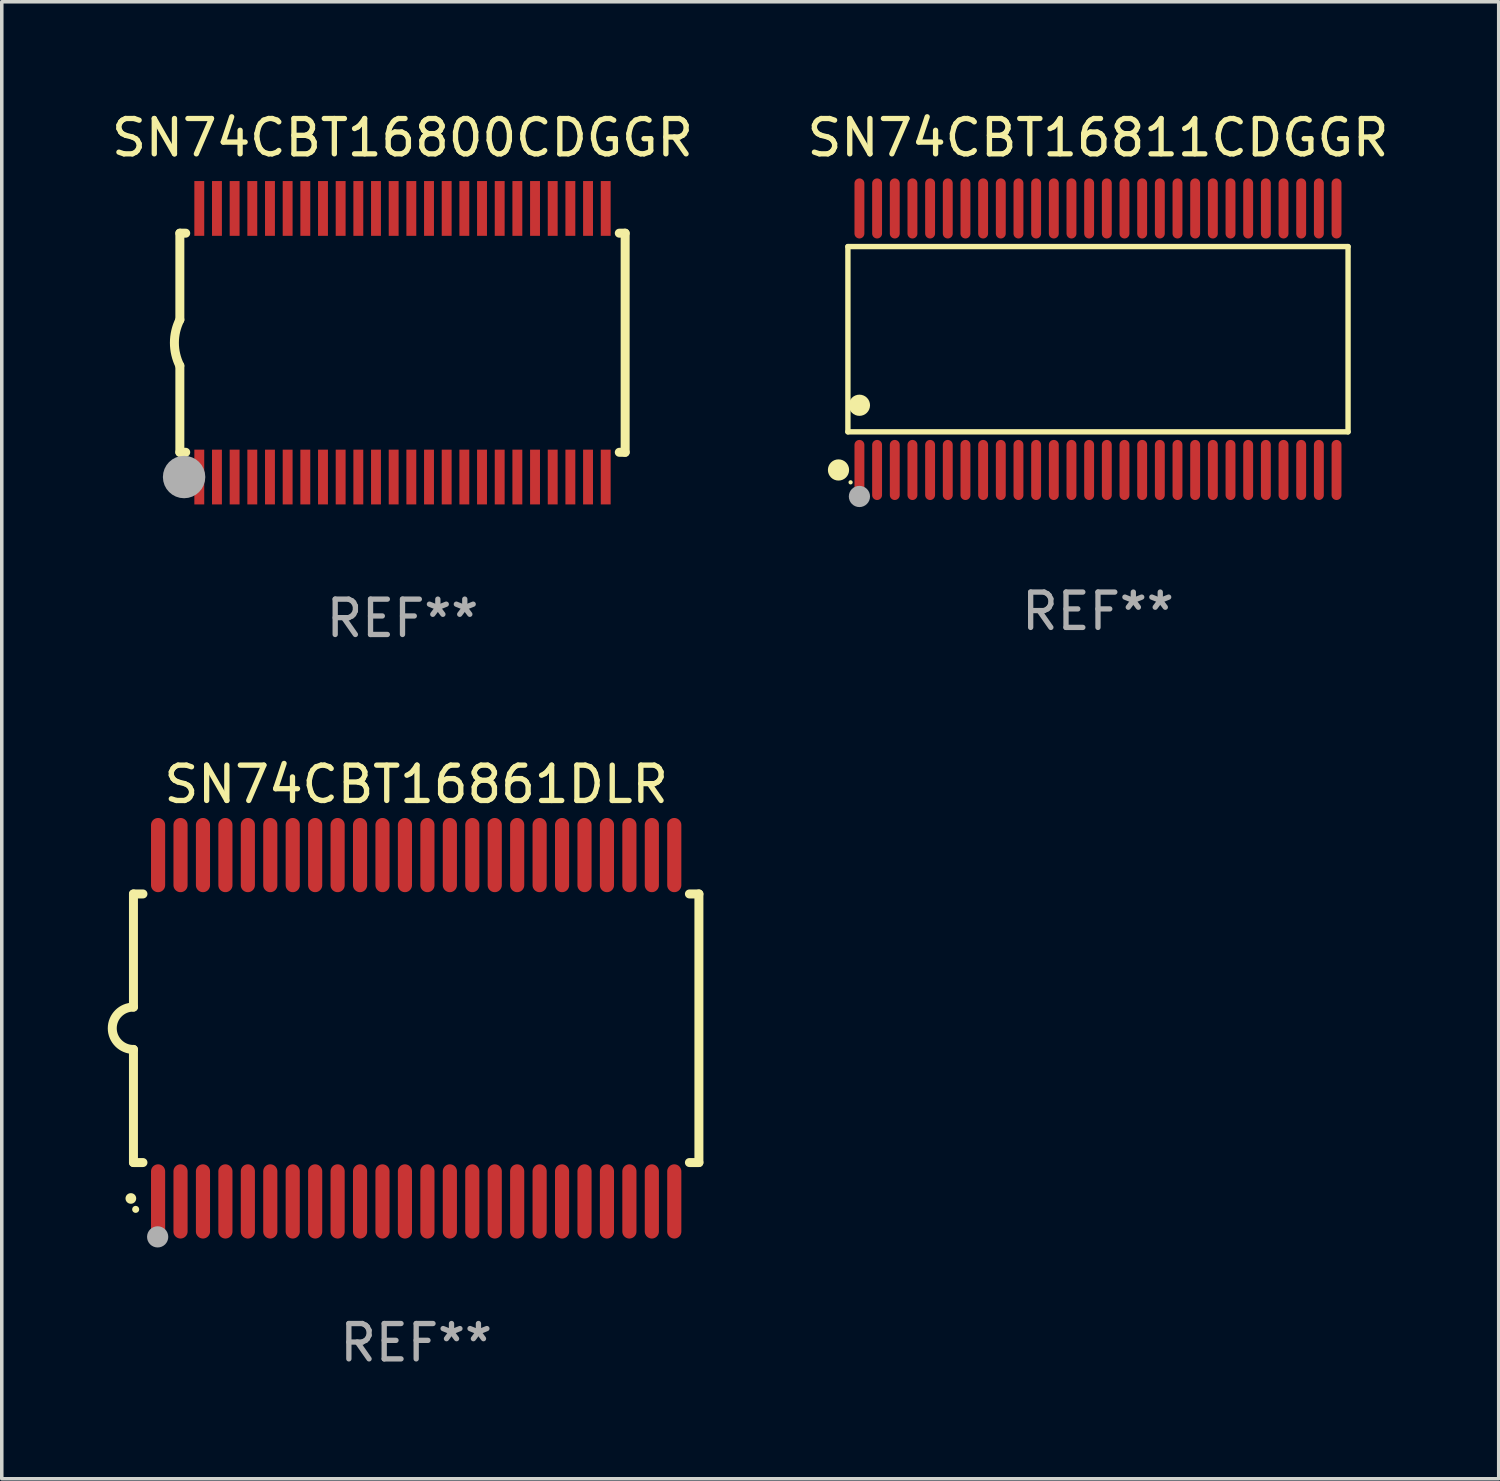
<source format=kicad_pcb>
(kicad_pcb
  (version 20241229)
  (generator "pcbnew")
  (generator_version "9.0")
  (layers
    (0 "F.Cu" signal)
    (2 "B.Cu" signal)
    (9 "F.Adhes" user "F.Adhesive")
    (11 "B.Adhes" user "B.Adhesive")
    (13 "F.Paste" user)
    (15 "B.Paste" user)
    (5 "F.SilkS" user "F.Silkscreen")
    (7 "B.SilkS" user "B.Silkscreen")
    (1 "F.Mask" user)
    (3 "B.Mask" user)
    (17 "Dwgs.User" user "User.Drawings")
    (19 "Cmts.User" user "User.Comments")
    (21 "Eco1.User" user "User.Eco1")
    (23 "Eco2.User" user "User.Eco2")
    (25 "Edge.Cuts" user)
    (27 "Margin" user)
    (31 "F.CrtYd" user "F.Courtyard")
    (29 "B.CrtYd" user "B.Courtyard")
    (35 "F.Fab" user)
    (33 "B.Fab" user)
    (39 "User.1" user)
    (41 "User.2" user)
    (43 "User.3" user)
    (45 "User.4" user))
  (footprint "SN74CBT16800CDGGR"
    (layer "F.Cu")
    (at 8.339 6.648)
    (property "Reference" "SN74CBT16800CDGGR" (at 0 -5.8 0) (layer "F.SilkS") (effects (font (size 1 1) (thickness 0.15))))
    (attr through_hole)
    (fp_line (start -6.3 -3.1) (end -6.3 -0.65) (stroke (width 0.254) (type solid)) (layer "F.SilkS"))
    (fp_line (start -6.3 -3.1) (end -6.134 -3.1) (stroke (width 0.254) (type solid)) (layer "F.SilkS"))
    (fp_line (start -6.3 3.1) (end -6.3 0.65) (stroke (width 0.254) (type solid)) (layer "F.SilkS"))
    (fp_line (start -6.3 3.1) (end -6.134 3.1) (stroke (width 0.254) (type solid)) (layer "F.SilkS"))
    (fp_line (start 6.134 -3.1) (end 6.3 -3.1) (stroke (width 0.254) (type solid)) (layer "F.SilkS"))
    (fp_line (start 6.134 3.1) (end 6.3 3.1) (stroke (width 0.254) (type solid)) (layer "F.SilkS"))
    (fp_line (start 6.3 -3.1) (end 6.3 3.1) (stroke (width 0.254) (type solid)) (layer "F.SilkS"))
    (fp_arc (start -6.301016 0.650114) (mid -6.45413 -0.000082) (end -6.3 -0.650038) (stroke (width 0.254001) (type solid)) (layer "F.SilkS"))
    (fp_circle (center -6.35 3.81) (end -6.223 3.81) (stroke (width 0.254) (type solid)) (fill no) (layer "F.SilkS"))
    (fp_circle (center -6.25 4.05) (end -6.22 4.05) (stroke (width 0.06) (type solid)) (fill no) (layer "F.SilkS"))
    (fp_circle (center -6.18 3.8) (end -5.88 3.8) (stroke (width 0.6) (type solid)) (fill no) (layer "F.Fab"))
    (fp_text user "REF**" (at 0 7.8 0) (layer "F.Fab") (effects (font (size 1 1) (thickness 0.15))))
    (pad "1" smd rect (at -5.75 3.8) (size 0.28 1.55) (layers "F.Cu" "F.Mask" "F.Paste"))
    (pad "2" smd rect (at -5.25 3.8) (size 0.28 1.55) (layers "F.Cu" "F.Mask" "F.Paste"))
    (pad "3" smd rect (at -4.75 3.8) (size 0.28 1.55) (layers "F.Cu" "F.Mask" "F.Paste"))
    (pad "4" smd rect (at -4.25 3.8) (size 0.28 1.55) (layers "F.Cu" "F.Mask" "F.Paste"))
    (pad "5" smd rect (at -3.75 3.8) (size 0.28 1.55) (layers "F.Cu" "F.Mask" "F.Paste"))
    (pad "6" smd rect (at -3.25 3.8) (size 0.28 1.55) (layers "F.Cu" "F.Mask" "F.Paste"))
    (pad "7" smd rect (at -2.75 3.8) (size 0.28 1.55) (layers "F.Cu" "F.Mask" "F.Paste"))
    (pad "8" smd rect (at -2.25 3.8) (size 0.28 1.55) (layers "F.Cu" "F.Mask" "F.Paste"))
    (pad "9" smd rect (at -1.75 3.8) (size 0.28 1.55) (layers "F.Cu" "F.Mask" "F.Paste"))
    (pad "10" smd rect (at -1.25 3.8) (size 0.28 1.55) (layers "F.Cu" "F.Mask" "F.Paste"))
    (pad "11" smd rect (at -0.75 3.8) (size 0.28 1.55) (layers "F.Cu" "F.Mask" "F.Paste"))
    (pad "12" smd rect (at -0.25 3.8) (size 0.28 1.55) (layers "F.Cu" "F.Mask" "F.Paste"))
    (pad "13" smd rect (at 0.25 3.8) (size 0.28 1.55) (layers "F.Cu" "F.Mask" "F.Paste"))
    (pad "14" smd rect (at 0.75 3.8) (size 0.28 1.55) (layers "F.Cu" "F.Mask" "F.Paste"))
    (pad "15" smd rect (at 1.25 3.8) (size 0.28 1.55) (layers "F.Cu" "F.Mask" "F.Paste"))
    (pad "16" smd rect (at 1.75 3.8) (size 0.28 1.55) (layers "F.Cu" "F.Mask" "F.Paste"))
    (pad "17" smd rect (at 2.25 3.8) (size 0.28 1.55) (layers "F.Cu" "F.Mask" "F.Paste"))
    (pad "18" smd rect (at 2.75 3.8) (size 0.28 1.55) (layers "F.Cu" "F.Mask" "F.Paste"))
    (pad "19" smd rect (at 3.25 3.8) (size 0.28 1.55) (layers "F.Cu" "F.Mask" "F.Paste"))
    (pad "20" smd rect (at 3.75 3.8) (size 0.28 1.55) (layers "F.Cu" "F.Mask" "F.Paste"))
    (pad "21" smd rect (at 4.25 3.8) (size 0.28 1.55) (layers "F.Cu" "F.Mask" "F.Paste"))
    (pad "22" smd rect (at 4.75 3.8) (size 0.28 1.55) (layers "F.Cu" "F.Mask" "F.Paste"))
    (pad "23" smd rect (at 5.25 3.8) (size 0.28 1.55) (layers "F.Cu" "F.Mask" "F.Paste"))
    (pad "24" smd rect (at 5.75 3.8) (size 0.28 1.55) (layers "F.Cu" "F.Mask" "F.Paste"))
    (pad "25" smd rect (at 5.75 -3.8) (size 0.28 1.55) (layers "F.Cu" "F.Mask" "F.Paste"))
    (pad "26" smd rect (at 5.25 -3.8) (size 0.28 1.55) (layers "F.Cu" "F.Mask" "F.Paste"))
    (pad "27" smd rect (at 4.75 -3.8) (size 0.28 1.55) (layers "F.Cu" "F.Mask" "F.Paste"))
    (pad "28" smd rect (at 4.25 -3.8) (size 0.28 1.55) (layers "F.Cu" "F.Mask" "F.Paste"))
    (pad "29" smd rect (at 3.75 -3.8) (size 0.28 1.55) (layers "F.Cu" "F.Mask" "F.Paste"))
    (pad "30" smd rect (at 3.25 -3.8) (size 0.28 1.55) (layers "F.Cu" "F.Mask" "F.Paste"))
    (pad "31" smd rect (at 2.75 -3.8) (size 0.28 1.55) (layers "F.Cu" "F.Mask" "F.Paste"))
    (pad "32" smd rect (at 2.25 -3.8) (size 0.28 1.55) (layers "F.Cu" "F.Mask" "F.Paste"))
    (pad "33" smd rect (at 1.75 -3.8) (size 0.28 1.55) (layers "F.Cu" "F.Mask" "F.Paste"))
    (pad "34" smd rect (at 1.25 -3.8) (size 0.28 1.55) (layers "F.Cu" "F.Mask" "F.Paste"))
    (pad "35" smd rect (at 0.75 -3.8) (size 0.28 1.55) (layers "F.Cu" "F.Mask" "F.Paste"))
    (pad "36" smd rect (at 0.25 -3.8) (size 0.28 1.55) (layers "F.Cu" "F.Mask" "F.Paste"))
    (pad "37" smd rect (at -0.25 -3.8) (size 0.28 1.55) (layers "F.Cu" "F.Mask" "F.Paste"))
    (pad "38" smd rect (at -0.75 -3.8) (size 0.28 1.55) (layers "F.Cu" "F.Mask" "F.Paste"))
    (pad "39" smd rect (at -1.25 -3.8) (size 0.28 1.55) (layers "F.Cu" "F.Mask" "F.Paste"))
    (pad "40" smd rect (at -1.75 -3.8) (size 0.28 1.55) (layers "F.Cu" "F.Mask" "F.Paste"))
    (pad "41" smd rect (at -2.25 -3.8) (size 0.28 1.55) (layers "F.Cu" "F.Mask" "F.Paste"))
    (pad "42" smd rect (at -2.75 -3.8) (size 0.28 1.55) (layers "F.Cu" "F.Mask" "F.Paste"))
    (pad "43" smd rect (at -3.25 -3.8) (size 0.28 1.55) (layers "F.Cu" "F.Mask" "F.Paste"))
    (pad "44" smd rect (at -3.75 -3.8) (size 0.28 1.55) (layers "F.Cu" "F.Mask" "F.Paste"))
    (pad "45" smd rect (at -4.25 -3.8) (size 0.28 1.55) (layers "F.Cu" "F.Mask" "F.Paste"))
    (pad "46" smd rect (at -4.75 -3.8) (size 0.28 1.55) (layers "F.Cu" "F.Mask" "F.Paste"))
    (pad "47" smd rect (at -5.25 -3.8) (size 0.28 1.55) (layers "F.Cu" "F.Mask" "F.Paste"))
    (pad "48" smd rect (at -5.75 -3.8) (size 0.28 1.55) (layers "F.Cu" "F.Mask" "F.Paste")))
  (footprint "SN74CBT16861DLR"
    (layer "F.Cu")
    (at 8.726 26.045)
    (property "Reference" "SN74CBT16861DLR" (at 0 -6.9 0) (layer "F.SilkS") (effects (font (size 1 1) (thickness 0.15))))
    (attr through_hole)
    (fp_line (start -8 -3.8) (end -8 -0.599) (stroke (width 0.254) (type solid)) (layer "F.SilkS"))
    (fp_line (start -8 -3.8) (end -7.731 -3.8) (stroke (width 0.254) (type solid)) (layer "F.SilkS"))
    (fp_line (start -8 3.8) (end -8 0.599) (stroke (width 0.254) (type solid)) (layer "F.SilkS"))
    (fp_line (start -7.731 3.8) (end -8 3.8) (stroke (width 0.254) (type solid)) (layer "F.SilkS"))
    (fp_line (start 7.731 -3.8) (end 8 -3.8) (stroke (width 0.254) (type solid)) (layer "F.SilkS"))
    (fp_line (start 8 -3.8) (end 8 3.8) (stroke (width 0.254) (type solid)) (layer "F.SilkS"))
    (fp_line (start 8 3.8) (end 7.731 3.8) (stroke (width 0.254) (type solid)) (layer "F.SilkS"))
    (fp_arc (start -8.074676 4.81585) (mid -8.073406 4.815845) (end -8.072136 4.81585) (stroke (width 0.3) (type solid)) (layer "F.SilkS"))
    (fp_arc (start -8.000025 0.6) (mid -8.598908 0.00056) (end -8.000027 -0.598882) (stroke (width 0.254001) (type solid)) (layer "F.SilkS"))
    (fp_circle (center -7.937 5.125) (end -7.887 5.125) (stroke (width 0.1) (type solid)) (fill no) (layer "F.SilkS"))
    (fp_circle (center -7.315 5.903) (end -7.165 5.903) (stroke (width 0.3) (type solid)) (fill no) (layer "F.Fab"))
    (fp_text user "REF**" (at 0 8.9 0) (layer "F.Fab") (effects (font (size 1 1) (thickness 0.15))))
    (pad "1" smd oval (at -7.303 4.9) (size 0.4 2.1) (layers "F.Cu" "F.Mask" "F.Paste"))
    (pad "2" smd oval (at -6.668 4.9) (size 0.4 2.1) (layers "F.Cu" "F.Mask" "F.Paste"))
    (pad "3" smd oval (at -6.033 4.9) (size 0.4 2.1) (layers "F.Cu" "F.Mask" "F.Paste"))
    (pad "4" smd oval (at -5.398 4.9) (size 0.4 2.1) (layers "F.Cu" "F.Mask" "F.Paste"))
    (pad "5" smd oval (at -4.763 4.9) (size 0.4 2.1) (layers "F.Cu" "F.Mask" "F.Paste"))
    (pad "6" smd oval (at -4.128 4.9) (size 0.4 2.1) (layers "F.Cu" "F.Mask" "F.Paste"))
    (pad "7" smd oval (at -3.493 4.9) (size 0.4 2.1) (layers "F.Cu" "F.Mask" "F.Paste"))
    (pad "8" smd oval (at -2.858 4.9) (size 0.4 2.1) (layers "F.Cu" "F.Mask" "F.Paste"))
    (pad "9" smd oval (at -2.223 4.9) (size 0.4 2.1) (layers "F.Cu" "F.Mask" "F.Paste"))
    (pad "10" smd oval (at -1.588 4.9) (size 0.4 2.1) (layers "F.Cu" "F.Mask" "F.Paste"))
    (pad "11" smd oval (at -0.953 4.9) (size 0.4 2.1) (layers "F.Cu" "F.Mask" "F.Paste"))
    (pad "12" smd oval (at -0.318 4.9) (size 0.4 2.1) (layers "F.Cu" "F.Mask" "F.Paste"))
    (pad "13" smd oval (at 0.318 4.9) (size 0.4 2.1) (layers "F.Cu" "F.Mask" "F.Paste"))
    (pad "14" smd oval (at 0.953 4.9) (size 0.4 2.1) (layers "F.Cu" "F.Mask" "F.Paste"))
    (pad "15" smd oval (at 1.588 4.9) (size 0.4 2.1) (layers "F.Cu" "F.Mask" "F.Paste"))
    (pad "16" smd oval (at 2.223 4.9) (size 0.4 2.1) (layers "F.Cu" "F.Mask" "F.Paste"))
    (pad "17" smd oval (at 2.858 4.9) (size 0.4 2.1) (layers "F.Cu" "F.Mask" "F.Paste"))
    (pad "18" smd oval (at 3.493 4.9) (size 0.4 2.1) (layers "F.Cu" "F.Mask" "F.Paste"))
    (pad "19" smd oval (at 4.128 4.9) (size 0.4 2.1) (layers "F.Cu" "F.Mask" "F.Paste"))
    (pad "20" smd oval (at 4.763 4.9) (size 0.4 2.1) (layers "F.Cu" "F.Mask" "F.Paste"))
    (pad "21" smd oval (at 5.398 4.9) (size 0.4 2.1) (layers "F.Cu" "F.Mask" "F.Paste"))
    (pad "22" smd oval (at 6.033 4.9) (size 0.4 2.1) (layers "F.Cu" "F.Mask" "F.Paste"))
    (pad "23" smd oval (at 6.668 4.9) (size 0.4 2.1) (layers "F.Cu" "F.Mask" "F.Paste"))
    (pad "24" smd oval (at 7.303 4.9) (size 0.4 2.1) (layers "F.Cu" "F.Mask" "F.Paste"))
    (pad "25" smd oval (at 7.303 -4.9 180) (size 0.4 2.1) (layers "F.Cu" "F.Mask" "F.Paste"))
    (pad "26" smd oval (at 6.668 -4.9 180) (size 0.4 2.1) (layers "F.Cu" "F.Mask" "F.Paste"))
    (pad "27" smd oval (at 6.033 -4.9 180) (size 0.4 2.1) (layers "F.Cu" "F.Mask" "F.Paste"))
    (pad "28" smd oval (at 5.398 -4.9 180) (size 0.4 2.1) (layers "F.Cu" "F.Mask" "F.Paste"))
    (pad "29" smd oval (at 4.763 -4.9 180) (size 0.4 2.1) (layers "F.Cu" "F.Mask" "F.Paste"))
    (pad "30" smd oval (at 4.128 -4.9 180) (size 0.4 2.1) (layers "F.Cu" "F.Mask" "F.Paste"))
    (pad "31" smd oval (at 3.493 -4.9 180) (size 0.4 2.1) (layers "F.Cu" "F.Mask" "F.Paste"))
    (pad "32" smd oval (at 2.858 -4.9 180) (size 0.4 2.1) (layers "F.Cu" "F.Mask" "F.Paste"))
    (pad "33" smd oval (at 2.223 -4.9 180) (size 0.4 2.1) (layers "F.Cu" "F.Mask" "F.Paste"))
    (pad "34" smd oval (at 1.588 -4.9 180) (size 0.4 2.1) (layers "F.Cu" "F.Mask" "F.Paste"))
    (pad "35" smd oval (at 0.953 -4.9 180) (size 0.4 2.1) (layers "F.Cu" "F.Mask" "F.Paste"))
    (pad "36" smd oval (at 0.318 -4.9 180) (size 0.4 2.1) (layers "F.Cu" "F.Mask" "F.Paste"))
    (pad "37" smd oval (at -0.318 -4.9 180) (size 0.4 2.1) (layers "F.Cu" "F.Mask" "F.Paste"))
    (pad "38" smd oval (at -0.953 -4.9 180) (size 0.4 2.1) (layers "F.Cu" "F.Mask" "F.Paste"))
    (pad "39" smd oval (at -1.588 -4.9 180) (size 0.4 2.1) (layers "F.Cu" "F.Mask" "F.Paste"))
    (pad "40" smd oval (at -2.223 -4.9 180) (size 0.4 2.1) (layers "F.Cu" "F.Mask" "F.Paste"))
    (pad "41" smd oval (at -2.858 -4.9 180) (size 0.4 2.1) (layers "F.Cu" "F.Mask" "F.Paste"))
    (pad "42" smd oval (at -3.493 -4.9 180) (size 0.4 2.1) (layers "F.Cu" "F.Mask" "F.Paste"))
    (pad "43" smd oval (at -4.128 -4.9 180) (size 0.4 2.1) (layers "F.Cu" "F.Mask" "F.Paste"))
    (pad "44" smd oval (at -4.763 -4.9 180) (size 0.4 2.1) (layers "F.Cu" "F.Mask" "F.Paste"))
    (pad "45" smd oval (at -5.398 -4.9 180) (size 0.4 2.1) (layers "F.Cu" "F.Mask" "F.Paste"))
    (pad "46" smd oval (at -6.033 -4.9 180) (size 0.4 2.1) (layers "F.Cu" "F.Mask" "F.Paste"))
    (pad "47" smd oval (at -6.668 -4.9 180) (size 0.4 2.1) (layers "F.Cu" "F.Mask" "F.Paste"))
    (pad "48" smd oval (at -7.303 -4.9 180) (size 0.4 2.1) (layers "F.Cu" "F.Mask" "F.Paste")))
  (footprint "SN74CBT16811CDGGR"
    (layer "F.Cu")
    (at 28.018 6.548)
    (property "Reference" "SN74CBT16811CDGGR" (at 0 -5.7 0) (layer "F.SilkS") (effects (font (size 1 1) (thickness 0.15))))
    (attr through_hole)
    (fp_line (start -7.076 -2.621) (end 7.076 -2.621) (stroke (width 0.152) (type solid)) (layer "F.SilkS"))
    (fp_line (start -7.076 2.621) (end -7.076 -2.621) (stroke (width 0.152) (type solid)) (layer "F.SilkS"))
    (fp_line (start 7.076 -2.621) (end 7.076 2.621) (stroke (width 0.152) (type solid)) (layer "F.SilkS"))
    (fp_line (start 7.076 2.621) (end -7.076 2.621) (stroke (width 0.152) (type solid)) (layer "F.SilkS"))
    (fp_circle (center -7.342 3.7) (end -7.192 3.7) (stroke (width 0.3) (type solid)) (fill no) (layer "F.SilkS"))
    (fp_circle (center -7 4.05) (end -6.97 4.05) (stroke (width 0.06) (type solid)) (fill no) (layer "F.SilkS"))
    (fp_circle (center -6.75 1.869) (end -6.6 1.869) (stroke (width 0.3) (type solid)) (fill no) (layer "F.SilkS"))
    (fp_circle (center -6.75 4.45) (end -6.6 4.45) (stroke (width 0.3) (type solid)) (fill no) (layer "F.Fab"))
    (fp_text user "REF**" (at 0 7.7 0) (layer "F.Fab") (effects (font (size 1 1) (thickness 0.15))))
    (pad "1" smd oval (at -6.75 3.7) (size 0.28 1.7) (layers "F.Cu" "F.Mask" "F.Paste"))
    (pad "2" smd oval (at -6.25 3.7) (size 0.28 1.7) (layers "F.Cu" "F.Mask" "F.Paste"))
    (pad "3" smd oval (at -5.75 3.7) (size 0.28 1.7) (layers "F.Cu" "F.Mask" "F.Paste"))
    (pad "4" smd oval (at -5.25 3.7) (size 0.28 1.7) (layers "F.Cu" "F.Mask" "F.Paste"))
    (pad "5" smd oval (at -4.75 3.7) (size 0.28 1.7) (layers "F.Cu" "F.Mask" "F.Paste"))
    (pad "6" smd oval (at -4.25 3.7) (size 0.28 1.7) (layers "F.Cu" "F.Mask" "F.Paste"))
    (pad "7" smd oval (at -3.75 3.7) (size 0.28 1.7) (layers "F.Cu" "F.Mask" "F.Paste"))
    (pad "8" smd oval (at -3.25 3.7) (size 0.28 1.7) (layers "F.Cu" "F.Mask" "F.Paste"))
    (pad "9" smd oval (at -2.75 3.7) (size 0.28 1.7) (layers "F.Cu" "F.Mask" "F.Paste"))
    (pad "10" smd oval (at -2.25 3.7) (size 0.28 1.7) (layers "F.Cu" "F.Mask" "F.Paste"))
    (pad "11" smd oval (at -1.75 3.7) (size 0.28 1.7) (layers "F.Cu" "F.Mask" "F.Paste"))
    (pad "12" smd oval (at -1.25 3.7) (size 0.28 1.7) (layers "F.Cu" "F.Mask" "F.Paste"))
    (pad "13" smd oval (at -0.75 3.7) (size 0.28 1.7) (layers "F.Cu" "F.Mask" "F.Paste"))
    (pad "14" smd oval (at -0.25 3.7) (size 0.28 1.7) (layers "F.Cu" "F.Mask" "F.Paste"))
    (pad "15" smd oval (at 0.25 3.7) (size 0.28 1.7) (layers "F.Cu" "F.Mask" "F.Paste"))
    (pad "16" smd oval (at 0.75 3.7) (size 0.28 1.7) (layers "F.Cu" "F.Mask" "F.Paste"))
    (pad "17" smd oval (at 1.25 3.7) (size 0.28 1.7) (layers "F.Cu" "F.Mask" "F.Paste"))
    (pad "18" smd oval (at 1.75 3.7) (size 0.28 1.7) (layers "F.Cu" "F.Mask" "F.Paste"))
    (pad "19" smd oval (at 2.25 3.7) (size 0.28 1.7) (layers "F.Cu" "F.Mask" "F.Paste"))
    (pad "20" smd oval (at 2.75 3.7) (size 0.28 1.7) (layers "F.Cu" "F.Mask" "F.Paste"))
    (pad "21" smd oval (at 3.25 3.7) (size 0.28 1.7) (layers "F.Cu" "F.Mask" "F.Paste"))
    (pad "22" smd oval (at 3.75 3.7) (size 0.28 1.7) (layers "F.Cu" "F.Mask" "F.Paste"))
    (pad "23" smd oval (at 4.25 3.7) (size 0.28 1.7) (layers "F.Cu" "F.Mask" "F.Paste"))
    (pad "24" smd oval (at 4.75 3.7) (size 0.28 1.7) (layers "F.Cu" "F.Mask" "F.Paste"))
    (pad "25" smd oval (at 5.25 3.7) (size 0.28 1.7) (layers "F.Cu" "F.Mask" "F.Paste"))
    (pad "26" smd oval (at 5.75 3.7) (size 0.28 1.7) (layers "F.Cu" "F.Mask" "F.Paste"))
    (pad "27" smd oval (at 6.25 3.7) (size 0.28 1.7) (layers "F.Cu" "F.Mask" "F.Paste"))
    (pad "28" smd oval (at 6.75 3.7) (size 0.28 1.7) (layers "F.Cu" "F.Mask" "F.Paste"))
    (pad "29" smd oval (at 6.75 -3.7) (size 0.28 1.7) (layers "F.Cu" "F.Mask" "F.Paste"))
    (pad "30" smd oval (at 6.25 -3.7) (size 0.28 1.7) (layers "F.Cu" "F.Mask" "F.Paste"))
    (pad "31" smd oval (at 5.75 -3.7) (size 0.28 1.7) (layers "F.Cu" "F.Mask" "F.Paste"))
    (pad "32" smd oval (at 5.25 -3.7) (size 0.28 1.7) (layers "F.Cu" "F.Mask" "F.Paste"))
    (pad "33" smd oval (at 4.75 -3.7) (size 0.28 1.7) (layers "F.Cu" "F.Mask" "F.Paste"))
    (pad "34" smd oval (at 4.25 -3.7) (size 0.28 1.7) (layers "F.Cu" "F.Mask" "F.Paste"))
    (pad "35" smd oval (at 3.75 -3.7) (size 0.28 1.7) (layers "F.Cu" "F.Mask" "F.Paste"))
    (pad "36" smd oval (at 3.25 -3.7) (size 0.28 1.7) (layers "F.Cu" "F.Mask" "F.Paste"))
    (pad "37" smd oval (at 2.75 -3.7) (size 0.28 1.7) (layers "F.Cu" "F.Mask" "F.Paste"))
    (pad "38" smd oval (at 2.25 -3.7) (size 0.28 1.7) (layers "F.Cu" "F.Mask" "F.Paste"))
    (pad "39" smd oval (at 1.75 -3.7) (size 0.28 1.7) (layers "F.Cu" "F.Mask" "F.Paste"))
    (pad "40" smd oval (at 1.25 -3.7) (size 0.28 1.7) (layers "F.Cu" "F.Mask" "F.Paste"))
    (pad "41" smd oval (at 0.75 -3.7) (size 0.28 1.7) (layers "F.Cu" "F.Mask" "F.Paste"))
    (pad "42" smd oval (at 0.25 -3.7) (size 0.28 1.7) (layers "F.Cu" "F.Mask" "F.Paste"))
    (pad "43" smd oval (at -0.25 -3.7) (size 0.28 1.7) (layers "F.Cu" "F.Mask" "F.Paste"))
    (pad "44" smd oval (at -0.75 -3.7) (size 0.28 1.7) (layers "F.Cu" "F.Mask" "F.Paste"))
    (pad "45" smd oval (at -1.25 -3.7) (size 0.28 1.7) (layers "F.Cu" "F.Mask" "F.Paste"))
    (pad "46" smd oval (at -1.75 -3.7) (size 0.28 1.7) (layers "F.Cu" "F.Mask" "F.Paste"))
    (pad "47" smd oval (at -2.25 -3.7) (size 0.28 1.7) (layers "F.Cu" "F.Mask" "F.Paste"))
    (pad "48" smd oval (at -2.75 -3.7) (size 0.28 1.7) (layers "F.Cu" "F.Mask" "F.Paste"))
    (pad "49" smd oval (at -3.25 -3.7) (size 0.28 1.7) (layers "F.Cu" "F.Mask" "F.Paste"))
    (pad "50" smd oval (at -3.75 -3.7) (size 0.28 1.7) (layers "F.Cu" "F.Mask" "F.Paste"))
    (pad "51" smd oval (at -4.25 -3.7) (size 0.28 1.7) (layers "F.Cu" "F.Mask" "F.Paste"))
    (pad "52" smd oval (at -4.75 -3.7) (size 0.28 1.7) (layers "F.Cu" "F.Mask" "F.Paste"))
    (pad "53" smd oval (at -5.25 -3.7) (size 0.28 1.7) (layers "F.Cu" "F.Mask" "F.Paste"))
    (pad "54" smd oval (at -5.75 -3.7) (size 0.28 1.7) (layers "F.Cu" "F.Mask" "F.Paste"))
    (pad "55" smd oval (at -6.25 -3.7) (size 0.28 1.7) (layers "F.Cu" "F.Mask" "F.Paste"))
    (pad "56" smd oval (at -6.75 -3.7) (size 0.28 1.7) (layers "F.Cu" "F.Mask" "F.Paste")))
  (gr_rect
    (start -3 -3)
    (end 39.357 38.793)
    (stroke (width 0.1) (type default))
    (fill no)
    (layer "Edge.Cuts")))
</source>
